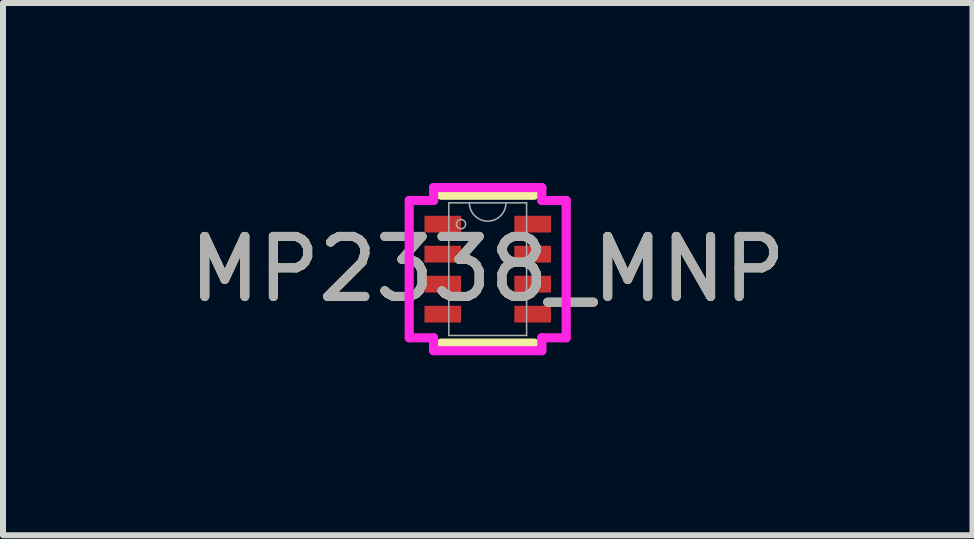
<source format=kicad_pcb>
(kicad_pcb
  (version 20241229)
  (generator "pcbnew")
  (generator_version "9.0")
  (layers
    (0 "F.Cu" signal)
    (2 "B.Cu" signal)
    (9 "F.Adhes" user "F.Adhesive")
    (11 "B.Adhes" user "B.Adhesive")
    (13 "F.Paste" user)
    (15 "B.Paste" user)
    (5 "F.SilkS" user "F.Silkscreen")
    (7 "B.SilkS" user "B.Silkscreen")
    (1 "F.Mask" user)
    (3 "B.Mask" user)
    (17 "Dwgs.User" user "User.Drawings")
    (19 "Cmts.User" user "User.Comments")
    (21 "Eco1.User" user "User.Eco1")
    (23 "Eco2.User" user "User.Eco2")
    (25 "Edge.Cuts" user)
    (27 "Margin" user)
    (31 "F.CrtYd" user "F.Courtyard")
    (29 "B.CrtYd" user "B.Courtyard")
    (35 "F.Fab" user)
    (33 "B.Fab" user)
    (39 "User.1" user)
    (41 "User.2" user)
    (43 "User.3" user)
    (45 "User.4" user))
  (footprint "MP2338_MNP"
    (layer "F.Cu")
    (at 5.077 1.435)
    (property "Reference" "MP2338_MNP" (at 0 0 0) (unlocked yes) (layer "F.SilkS") (effects (font (size 1 1) (thickness 0.15))))
    (attr smd)
    (fp_line (start -0.775 1.232) (end 0.775 1.232) (stroke (width 0.152) (type solid)) (layer "F.SilkS"))
    (fp_line (start 0.775 -1.232) (end -0.775 -1.232) (stroke (width 0.152) (type solid)) (layer "F.SilkS"))
    (fp_line (start -1.308 -1.144) (end -0.902 -1.144) (stroke (width 0.152) (type solid)) (layer "F.CrtYd"))
    (fp_line (start -1.308 1.144) (end -1.308 -1.144) (stroke (width 0.152) (type solid)) (layer "F.CrtYd"))
    (fp_line (start -0.902 -1.359) (end 0.902 -1.359) (stroke (width 0.152) (type solid)) (layer "F.CrtYd"))
    (fp_line (start -0.902 -1.144) (end -0.902 -1.359) (stroke (width 0.152) (type solid)) (layer "F.CrtYd"))
    (fp_line (start -0.902 1.144) (end -1.308 1.144) (stroke (width 0.152) (type solid)) (layer "F.CrtYd"))
    (fp_line (start -0.902 1.359) (end -0.902 1.144) (stroke (width 0.152) (type solid)) (layer "F.CrtYd"))
    (fp_line (start 0.902 -1.359) (end 0.902 -1.144) (stroke (width 0.152) (type solid)) (layer "F.CrtYd"))
    (fp_line (start 0.902 -1.144) (end 1.308 -1.144) (stroke (width 0.152) (type solid)) (layer "F.CrtYd"))
    (fp_line (start 0.902 1.144) (end 0.902 1.359) (stroke (width 0.152) (type solid)) (layer "F.CrtYd"))
    (fp_line (start 0.902 1.359) (end -0.902 1.359) (stroke (width 0.152) (type solid)) (layer "F.CrtYd"))
    (fp_line (start 1.308 -1.144) (end 1.308 1.144) (stroke (width 0.152) (type solid)) (layer "F.CrtYd"))
    (fp_line (start 1.308 1.144) (end 0.902 1.144) (stroke (width 0.152) (type solid)) (layer "F.CrtYd"))
    (fp_line (start -0.648 -1.105) (end -0.648 1.105) (stroke (width 0.025) (type solid)) (layer "F.Fab"))
    (fp_line (start -0.648 1.105) (end 0.648 1.105) (stroke (width 0.025) (type solid)) (layer "F.Fab"))
    (fp_line (start 0.648 -1.105) (end -0.648 -1.105) (stroke (width 0.025) (type solid)) (layer "F.Fab"))
    (fp_line (start 0.648 1.105) (end 0.648 -1.105) (stroke (width 0.025) (type solid)) (layer "F.Fab"))
    (fp_arc (start 0.3048 -1.1049) (mid 0 -0.8001) (end -0.3048 -1.1049) (stroke (width 0.0254) (type solid)) (layer "F.Fab"))
    (fp_circle (center -0.445 -0.75) (end -0.368 -0.75) (stroke (width 0.025) (type solid)) (fill no) (layer "F.Fab"))
    (fp_text user "${REFERENCE}" (at 0 0 0) (unlocked yes) (layer "F.Fab") (effects (font (size 1 1) (thickness 0.15))))
    (pad "1" smd rect (at -0.749 -0.75) (size 0.61 0.279) (layers "F.Cu" "F.Mask" "F.Paste"))
    (pad "2" smd rect (at -0.749 -0.25) (size 0.61 0.279) (layers "F.Cu" "F.Mask" "F.Paste"))
    (pad "3" smd rect (at -0.749 0.25) (size 0.61 0.279) (layers "F.Cu" "F.Mask" "F.Paste"))
    (pad "4" smd rect (at -0.749 0.75) (size 0.61 0.279) (layers "F.Cu" "F.Mask" "F.Paste"))
    (pad "5" smd rect (at 0.749 0.75) (size 0.61 0.279) (layers "F.Cu" "F.Mask" "F.Paste"))
    (pad "6" smd rect (at 0.749 0.25) (size 0.61 0.279) (layers "F.Cu" "F.Mask" "F.Paste"))
    (pad "7" smd rect (at 0.749 -0.25) (size 0.61 0.279) (layers "F.Cu" "F.Mask" "F.Paste"))
    (pad "8" smd rect (at 0.749 -0.75) (size 0.61 0.279) (layers "F.Cu" "F.Mask" "F.Paste")))
  (gr_rect
    (start -3 -3)
    (end 13.155 5.87)
    (stroke (width 0.1) (type default))
    (fill no)
    (layer "Edge.Cuts")))
</source>
